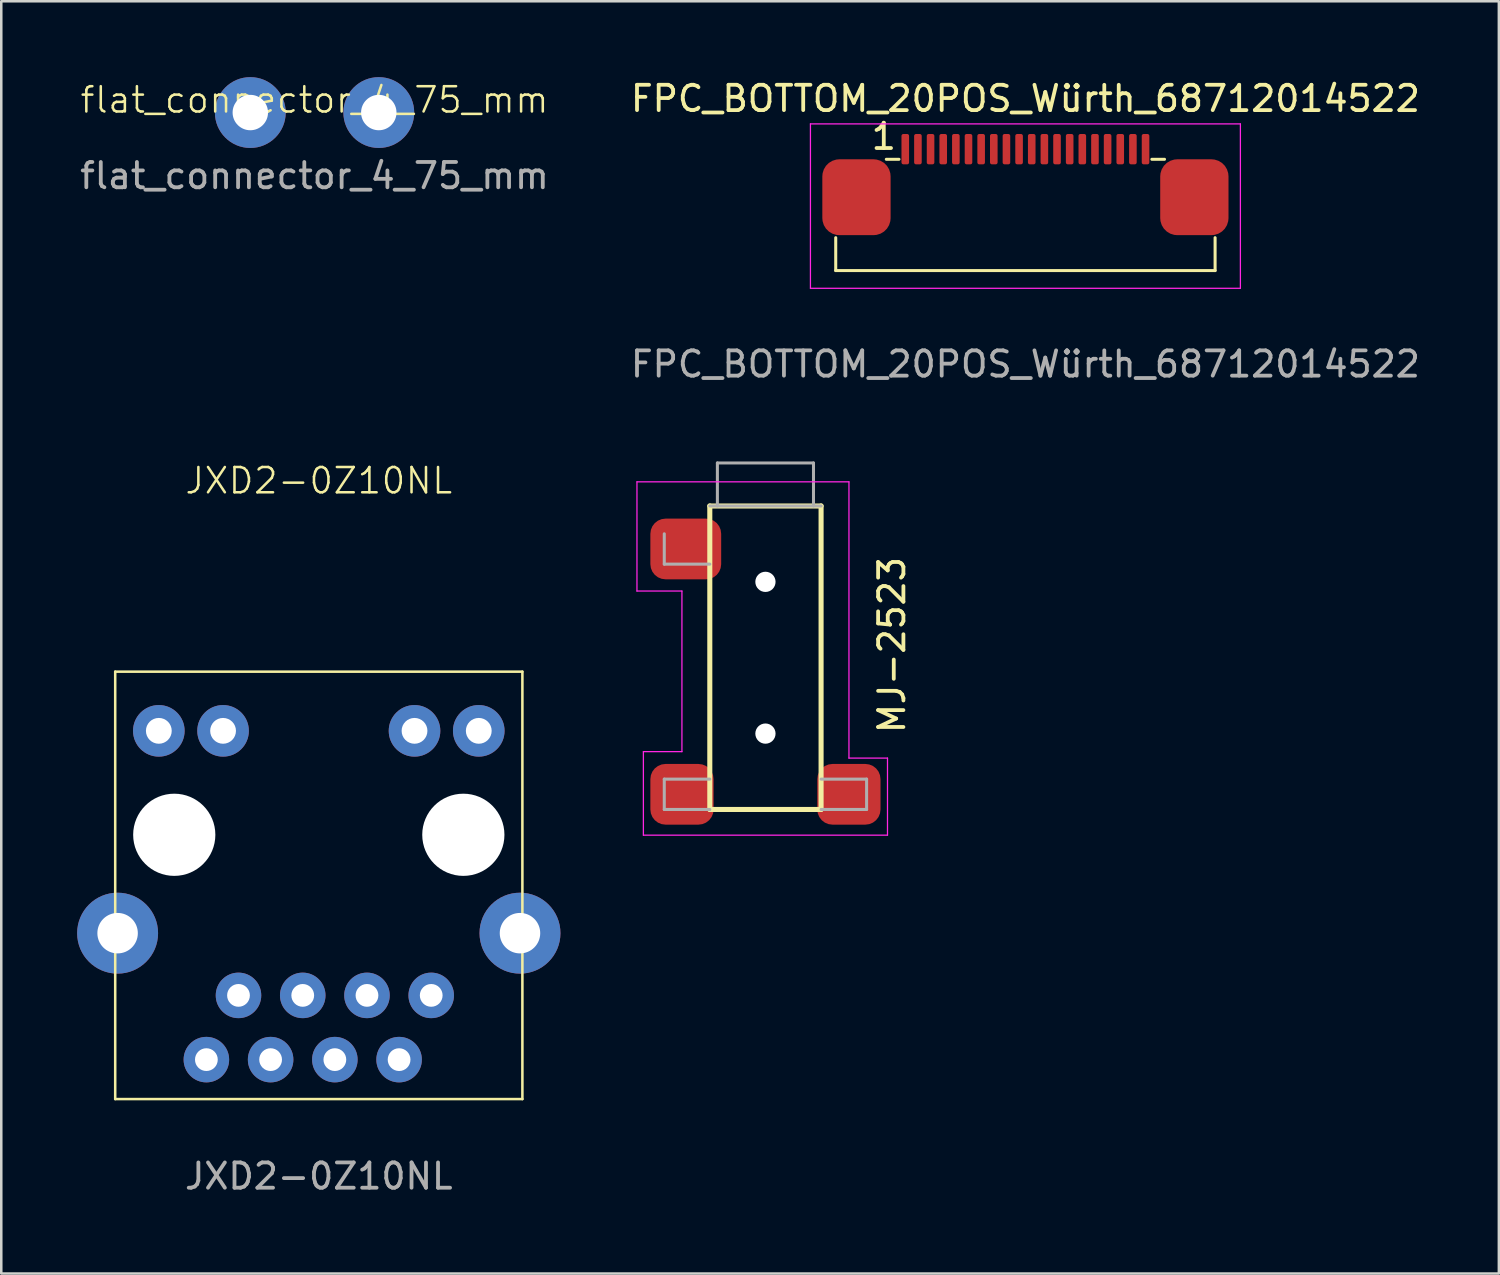
<source format=kicad_pcb>
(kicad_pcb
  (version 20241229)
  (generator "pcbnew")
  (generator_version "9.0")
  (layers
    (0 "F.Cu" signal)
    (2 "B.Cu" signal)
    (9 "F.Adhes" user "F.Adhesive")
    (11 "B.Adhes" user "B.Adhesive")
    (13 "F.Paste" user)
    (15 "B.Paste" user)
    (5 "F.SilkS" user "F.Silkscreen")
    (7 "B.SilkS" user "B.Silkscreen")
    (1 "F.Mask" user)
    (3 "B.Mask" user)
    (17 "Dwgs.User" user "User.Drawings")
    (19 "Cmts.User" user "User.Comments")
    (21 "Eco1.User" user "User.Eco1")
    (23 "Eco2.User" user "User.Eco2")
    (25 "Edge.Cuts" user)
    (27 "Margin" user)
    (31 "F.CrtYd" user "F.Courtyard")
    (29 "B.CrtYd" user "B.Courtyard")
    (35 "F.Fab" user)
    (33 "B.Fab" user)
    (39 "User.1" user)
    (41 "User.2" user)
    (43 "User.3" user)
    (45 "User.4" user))
  (footprint "FPC_BOTTOM_20POS_Würth_68712014522"
    (layer "F.Cu")
    (at 37.494 2.848)
    (property "Reference" "FPC_BOTTOM_20POS_Würth_68712014522" (at 0 -2 0) (unlocked yes) (layer "F.SilkS") (effects (font (size 1 1) (thickness 0.15))))
    (attr smd)
    (fp_line (start -7.5 4.8) (end -7.5 3.5) (stroke (width 0.12) (type solid)) (layer "F.SilkS"))
    (fp_line (start -7.5 4.8) (end 7.5 4.8) (stroke (width 0.12) (type solid)) (layer "F.SilkS"))
    (fp_line (start -5.5 0.4) (end -5 0.4) (stroke (width 0.12) (type solid)) (layer "F.SilkS"))
    (fp_line (start 5 0.4) (end 5.5 0.4) (stroke (width 0.12) (type solid)) (layer "F.SilkS"))
    (fp_line (start 7.5 4.8) (end 7.5 3.5) (stroke (width 0.12) (type solid)) (layer "F.SilkS"))
    (fp_line (start -8.5 -1) (end 8.5 -1) (stroke (width 0.05) (type solid)) (layer "F.CrtYd"))
    (fp_line (start -8.5 5.5) (end -8.5 -1) (stroke (width 0.05) (type solid)) (layer "F.CrtYd"))
    (fp_line (start 8.5 -1) (end 8.5 5.5) (stroke (width 0.05) (type solid)) (layer "F.CrtYd"))
    (fp_line (start 8.5 5.5) (end -8.5 5.5) (stroke (width 0.05) (type solid)) (layer "F.CrtYd"))
    (fp_text user "1" (at -5.6 -0.5 0) (unlocked yes) (layer "F.SilkS") (effects (font (size 1 1) (thickness 0.15))))
    (fp_text user "${REFERENCE}" (at 0 8.5 0) (unlocked yes) (layer "F.Fab") (effects (font (size 1 1) (thickness 0.15))))
    (pad "" smd roundrect (at -6.68 1.9) (size 2.7 3) (layers "F.Cu" "F.Mask" "F.Paste") (roundrect_rratio 0.25))
    (pad "" smd roundrect (at 6.68 1.9) (size 2.7 3) (layers "F.Cu" "F.Mask" "F.Paste") (roundrect_rratio 0.25))
    (pad "1" smd roundrect (at -4.75 0) (size 0.3 1.2) (layers "F.Cu" "F.Mask" "F.Paste") (roundrect_rratio 0.25))
    (pad "2" smd roundrect (at -4.25 0) (size 0.3 1.2) (layers "F.Cu" "F.Mask" "F.Paste") (roundrect_rratio 0.25))
    (pad "3" smd roundrect (at -3.75 0) (size 0.3 1.2) (layers "F.Cu" "F.Mask" "F.Paste") (roundrect_rratio 0.25))
    (pad "4" smd roundrect (at -3.25 0) (size 0.3 1.2) (layers "F.Cu" "F.Mask" "F.Paste") (roundrect_rratio 0.25))
    (pad "5" smd roundrect (at -2.75 0) (size 0.3 1.2) (layers "F.Cu" "F.Mask" "F.Paste") (roundrect_rratio 0.25))
    (pad "6" smd roundrect (at -2.25 0) (size 0.3 1.2) (layers "F.Cu" "F.Mask" "F.Paste") (roundrect_rratio 0.25))
    (pad "7" smd roundrect (at -1.75 0) (size 0.3 1.2) (layers "F.Cu" "F.Mask" "F.Paste") (roundrect_rratio 0.25))
    (pad "8" smd roundrect (at -1.25 0) (size 0.3 1.2) (layers "F.Cu" "F.Mask" "F.Paste") (roundrect_rratio 0.25))
    (pad "9" smd roundrect (at -0.75 0) (size 0.3 1.2) (layers "F.Cu" "F.Mask" "F.Paste") (roundrect_rratio 0.25))
    (pad "10" smd roundrect (at -0.25 0) (size 0.3 1.2) (layers "F.Cu" "F.Mask" "F.Paste") (roundrect_rratio 0.25))
    (pad "11" smd roundrect (at 0.25 0) (size 0.3 1.2) (layers "F.Cu" "F.Mask" "F.Paste") (roundrect_rratio 0.25))
    (pad "12" smd roundrect (at 0.75 0) (size 0.3 1.2) (layers "F.Cu" "F.Mask" "F.Paste") (roundrect_rratio 0.25))
    (pad "13" smd roundrect (at 1.25 0) (size 0.3 1.2) (layers "F.Cu" "F.Mask" "F.Paste") (roundrect_rratio 0.25))
    (pad "14" smd roundrect (at 1.75 0) (size 0.3 1.2) (layers "F.Cu" "F.Mask" "F.Paste") (roundrect_rratio 0.25))
    (pad "15" smd roundrect (at 2.25 0) (size 0.3 1.2) (layers "F.Cu" "F.Mask" "F.Paste") (roundrect_rratio 0.25))
    (pad "16" smd roundrect (at 2.75 0) (size 0.3 1.2) (layers "F.Cu" "F.Mask" "F.Paste") (roundrect_rratio 0.25))
    (pad "17" smd roundrect (at 3.25 0) (size 0.3 1.2) (layers "F.Cu" "F.Mask" "F.Paste") (roundrect_rratio 0.25))
    (pad "18" smd roundrect (at 3.75 0) (size 0.3 1.2) (layers "F.Cu" "F.Mask" "F.Paste") (roundrect_rratio 0.25))
    (pad "19" smd roundrect (at 4.25 0) (size 0.3 1.2) (layers "F.Cu" "F.Mask" "F.Paste") (roundrect_rratio 0.25))
    (pad "20" smd roundrect (at 4.75 0) (size 0.3 1.2) (layers "F.Cu" "F.Mask" "F.Paste") (roundrect_rratio 0.25)))
  (footprint "flat_connector_4_75_mm"
    (layer "F.Cu")
    (at 9.387 1.4)
    (property "Reference" "flat_connector_4_75_mm" (at 0 -0.5 0) (unlocked yes) (layer "F.SilkS") (effects (font (size 1 1) (thickness 0.1))))
    (attr through_hole)
    (fp_text user "${REFERENCE}" (at 0 2.5 0) (unlocked yes) (layer "F.Fab") (effects (font (size 1 1) (thickness 0.15))))
    (pad "1" thru_hole circle (at -2.54 0) (size 2.8 2.8) (drill 1.4) (layers "*.Cu" "*.Mask"))
    (pad "1" thru_hole circle (at 2.54 0) (size 2.8 2.8) (drill 1.4) (layers "*.Cu" "*.Mask")))
  (footprint "JXD2-0Z10NL"
    (layer "F.Cu")
    (at 9.555 29.957)
    (property "Reference" "JXD2-0Z10NL" (at 0 -14 0) (unlocked yes) (layer "F.SilkS") (effects (font (size 1 1) (thickness 0.1))))
    (attr through_hole)
    (fp_line (start -8.05 -6.45) (end 8.05 -6.45) (stroke (width 0.1) (type default)) (layer "F.SilkS"))
    (fp_line (start -8.05 10.45) (end -8.05 -6.45) (stroke (width 0.1) (type default)) (layer "F.SilkS"))
    (fp_line (start 8.05 -6.45) (end 8.05 10.45) (stroke (width 0.1) (type default)) (layer "F.SilkS"))
    (fp_line (start 8.05 10.45) (end -8.05 10.45) (stroke (width 0.1) (type default)) (layer "F.SilkS"))
    (fp_text user "${REFERENCE}" (at 0 13.5 0) (unlocked yes) (layer "F.Fab") (effects (font (size 1 1) (thickness 0.15))))
    (pad "" np_thru_hole circle (at -5.715 0) (size 3.25 3.25) (drill 3.25) (layers "*.Cu" "*.Mask"))
    (pad "" np_thru_hole circle (at 5.715 0) (size 3.25 3.25) (drill 3.25) (layers "*.Cu" "*.Mask"))
    (pad "1" thru_hole circle (at 4.445 6.35) (size 1.8 1.8) (drill 0.9) (layers "*.Cu" "*.Mask"))
    (pad "2" thru_hole circle (at 3.175 8.89) (size 1.8 1.8) (drill 0.9) (layers "*.Cu" "*.Mask"))
    (pad "3" thru_hole circle (at 1.905 6.35) (size 1.8 1.8) (drill 0.9) (layers "*.Cu" "*.Mask"))
    (pad "4" thru_hole circle (at 0.635 8.89) (size 1.8 1.8) (drill 0.9) (layers "*.Cu" "*.Mask"))
    (pad "5" thru_hole circle (at -0.635 6.35) (size 1.8 1.8) (drill 0.9) (layers "*.Cu" "*.Mask"))
    (pad "6" thru_hole circle (at -1.905 8.89) (size 1.8 1.8) (drill 0.9) (layers "*.Cu" "*.Mask"))
    (pad "7" thru_hole circle (at -3.175 6.35) (size 1.8 1.8) (drill 0.9) (layers "*.Cu" "*.Mask"))
    (pad "8" thru_hole circle (at -4.445 8.89) (size 1.8 1.8) (drill 0.9) (layers "*.Cu" "*.Mask"))
    (pad "9" thru_hole circle (at 6.325 -4.11) (size 2.04 2.04) (drill 1.02) (layers "*.Cu" "*.Mask"))
    (pad "10" thru_hole circle (at 3.785 -4.11) (size 2.04 2.04) (drill 1.02) (layers "*.Cu" "*.Mask"))
    (pad "11" thru_hole circle (at -3.785 -4.11) (size 2.04 2.04) (drill 1.02) (layers "*.Cu" "*.Mask"))
    (pad "12" thru_hole circle (at -6.325 -4.11) (size 2.04 2.04) (drill 1.02) (layers "*.Cu" "*.Mask"))
    (pad "SH" thru_hole circle (at -7.955 3.89) (size 3.2 3.2) (drill 1.6) (layers "*.Cu" "*.Mask"))
    (pad "SH" thru_hole circle (at 7.955 3.89) (size 3.2 3.2) (drill 1.6) (layers "*.Cu" "*.Mask")))
  (footprint "MJ-2523"
    (layer "F.Cu")
    (at 27.215 16.956)
    (property "Reference" "MJ-2523" (at 5 5.5 270) (layer "F.SilkS") (effects (font (size 1 1) (thickness 0.15))))
    (attr smd)
    (fp_line (start -2.2 12) (end -2.2 0) (stroke (width 0.2) (type solid)) (layer "F.SilkS"))
    (fp_line (start 2.2 0) (end -2.2 0) (stroke (width 0.2) (type solid)) (layer "F.SilkS"))
    (fp_line (start 2.2 0) (end 2.2 12) (stroke (width 0.2) (type solid)) (layer "F.SilkS"))
    (fp_line (start 2.2 12) (end -2.2 12) (stroke (width 0.2) (type solid)) (layer "F.SilkS"))
    (fp_line (start -5.08 -0.954) (end -5.08 3.364) (stroke (width 0.05) (type solid)) (layer "F.CrtYd"))
    (fp_line (start -5.08 3.364) (end -3.302 3.364) (stroke (width 0.05) (type solid)) (layer "F.CrtYd"))
    (fp_line (start -4.826 9.714) (end -4.826 13.016) (stroke (width 0.05) (type solid)) (layer "F.CrtYd"))
    (fp_line (start -4.826 13.016) (end 4.826 13.016) (stroke (width 0.05) (type solid)) (layer "F.CrtYd"))
    (fp_line (start -3.302 3.364) (end -3.302 9.714) (stroke (width 0.05) (type solid)) (layer "F.CrtYd"))
    (fp_line (start -3.302 9.714) (end -4.826 9.714) (stroke (width 0.05) (type solid)) (layer "F.CrtYd"))
    (fp_line (start 3.302 -0.954) (end -5.08 -0.954) (stroke (width 0.05) (type solid)) (layer "F.CrtYd"))
    (fp_line (start 3.302 9.968) (end 3.302 -0.954) (stroke (width 0.05) (type solid)) (layer "F.CrtYd"))
    (fp_line (start 4.826 9.968) (end 3.302 9.968) (stroke (width 0.05) (type solid)) (layer "F.CrtYd"))
    (fp_line (start 4.826 13.016) (end 4.826 9.968) (stroke (width 0.05) (type solid)) (layer "F.CrtYd"))
    (fp_line (start -4 1.1) (end -4 2.3) (stroke (width 0.12) (type solid)) (layer "F.Fab"))
    (fp_line (start -4 2.3) (end -2.2 2.3) (stroke (width 0.12) (type solid)) (layer "F.Fab"))
    (fp_line (start -4 10.8) (end -4 12) (stroke (width 0.12) (type solid)) (layer "F.Fab"))
    (fp_line (start -4 12) (end -2.2 12) (stroke (width 0.12) (type solid)) (layer "F.Fab"))
    (fp_line (start -2.2 0) (end 2.2 0) (stroke (width 0.12) (type solid)) (layer "F.Fab"))
    (fp_line (start -2.2 10.8) (end -4 10.8) (stroke (width 0.12) (type solid)) (layer "F.Fab"))
    (fp_line (start -1.9 -1.7) (end -1.9 0) (stroke (width 0.12) (type solid)) (layer "F.Fab"))
    (fp_line (start 1.9 -1.7) (end -1.9 -1.7) (stroke (width 0.12) (type solid)) (layer "F.Fab"))
    (fp_line (start 1.9 0) (end 1.9 -1.7) (stroke (width 0.12) (type solid)) (layer "F.Fab"))
    (fp_line (start 2.2 12) (end 4 12) (stroke (width 0.12) (type solid)) (layer "F.Fab"))
    (fp_line (start 4 10.8) (end 2.2 10.8) (stroke (width 0.12) (type solid)) (layer "F.Fab"))
    (fp_line (start 4 12) (end 4 10.8) (stroke (width 0.12) (type solid)) (layer "F.Fab"))
    (pad "" np_thru_hole circle (at 0 3 270) (size 0.8 0.8) (drill 0.8) (layers "*.Cu"))
    (pad "" np_thru_hole circle (at 0 9 270) (size 0.8 0.8) (drill 0.8) (layers "*.Cu" "*.Mask"))
    (pad "S" smd roundrect (at -3.15 1.7 270) (size 2.4 2.8) (layers "F.Cu" "F.Mask" "F.Paste") (roundrect_rratio 0.25))
    (pad "T" smd roundrect (at -3.3 11.4 270) (size 2.4 2.5) (layers "F.Cu" "F.Mask" "F.Paste") (roundrect_rratio 0.25))
    (pad "TN" smd roundrect (at 3.3 11.4 270) (size 2.4 2.5) (layers "F.Cu" "F.Mask" "F.Paste") (roundrect_rratio 0.25)))
  (gr_rect
    (start -3 -3)
    (end 56.214 47.305)
    (stroke (width 0.1) (type default))
    (fill no)
    (layer "Edge.Cuts")))
</source>
